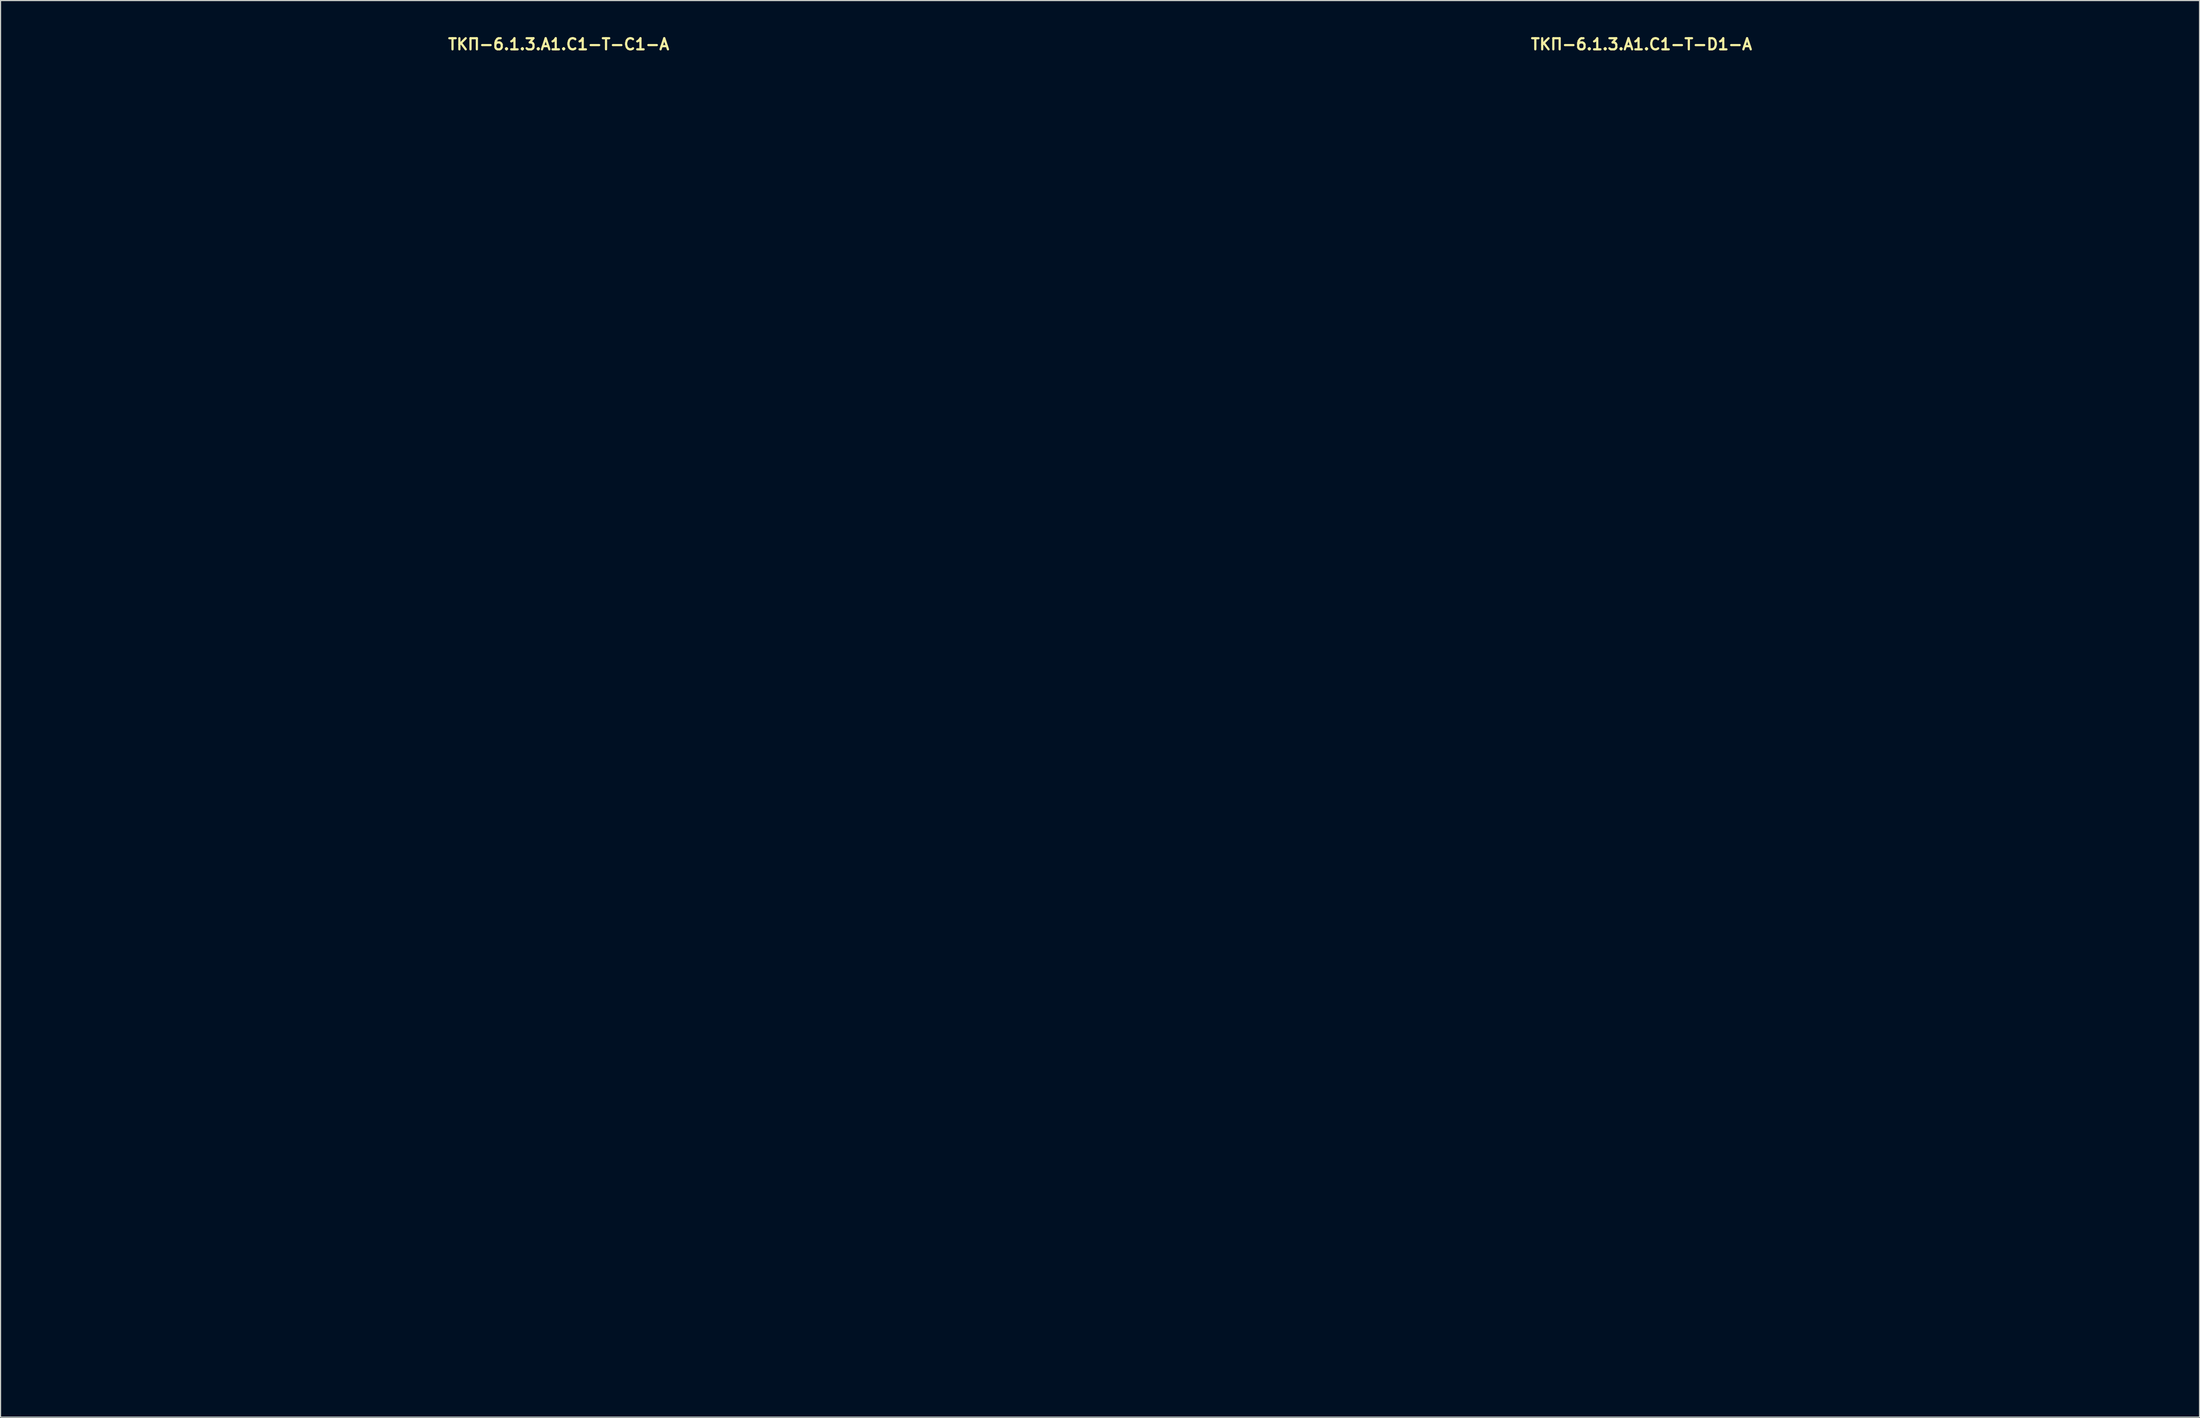
<source format=kicad_pcb>
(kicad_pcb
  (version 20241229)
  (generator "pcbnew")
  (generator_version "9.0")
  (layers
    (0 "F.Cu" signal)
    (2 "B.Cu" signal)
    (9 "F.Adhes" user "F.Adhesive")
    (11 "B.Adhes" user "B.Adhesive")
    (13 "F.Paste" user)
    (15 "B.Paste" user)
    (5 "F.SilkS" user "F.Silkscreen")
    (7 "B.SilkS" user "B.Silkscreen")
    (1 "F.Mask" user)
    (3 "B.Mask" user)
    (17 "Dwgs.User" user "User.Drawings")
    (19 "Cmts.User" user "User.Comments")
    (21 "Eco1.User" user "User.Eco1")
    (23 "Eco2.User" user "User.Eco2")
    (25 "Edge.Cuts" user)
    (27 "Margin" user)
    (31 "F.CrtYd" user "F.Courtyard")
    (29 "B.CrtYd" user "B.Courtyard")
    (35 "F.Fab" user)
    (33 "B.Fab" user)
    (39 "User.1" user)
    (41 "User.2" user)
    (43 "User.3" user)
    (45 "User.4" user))
  (footprint "ТКП-6.1.3.A1.C1-T-D1-A"
    (layer "F.Cu")
    (at 144.6 61.515)
    (property "Reference" "ТКП-6.1.3.A1.C1-T-D1-A" (at 0 -60.579 0) (layer "F.SilkS") (effects (font (size 1 1) (thickness 0.2))))
    (attr through_hole)
    (fp_line (start -47 -56.65) (end -47 56.65) (stroke (width 0.4) (type solid)) (layer "Eco1.User"))
    (fp_line (start -43.9 -59.75) (end 43.9 -59.75) (stroke (width 0.4) (type solid)) (layer "Eco1.User"))
    (fp_line (start -43.9 59.75) (end 43.9 59.75) (stroke (width 0.4) (type solid)) (layer "Eco1.User"))
    (fp_line (start 47 -56.65) (end 47 56.65) (stroke (width 0.4) (type solid)) (layer "Eco1.User"))
    (fp_arc (start -47 -56.65) (mid -46.092031 -58.842031) (end -43.9 -59.75) (stroke (width 0.4) (type solid)) (layer "Eco1.User"))
    (fp_arc (start -43.9 59.75) (mid -46.092031 58.842031) (end -47 56.65) (stroke (width 0.4) (type solid)) (layer "Eco1.User"))
    (fp_arc (start 43.9 -59.75) (mid 46.092031 -58.842031) (end 47 -56.65) (stroke (width 0.4) (type solid)) (layer "Eco1.User"))
    (fp_arc (start 47 56.65) (mid 46.092031 58.842031) (end 43.9 59.75) (stroke (width 0.4) (type solid)) (layer "Eco1.User"))
    (fp_circle (center -38.6 -51.35) (end -37.1 -51.35) (stroke (width 0.4) (type solid)) (fill no) (layer "Eco1.User"))
    (fp_circle (center -38.6 -51.35) (end -35.1 -51.35) (stroke (width 0.4) (type solid)) (fill no) (layer "Eco1.User"))
    (fp_circle (center -38.6 51.35) (end -37.1 51.35) (stroke (width 0.4) (type solid)) (fill no) (layer "Eco1.User"))
    (fp_circle (center -38.6 51.35) (end -35.1 51.35) (stroke (width 0.4) (type solid)) (fill no) (layer "Eco1.User"))
    (fp_circle (center -33.02 -31.55) (end -29.42 -31.55) (stroke (width 0.4) (type solid)) (fill no) (layer "Eco1.User"))
    (fp_circle (center -33.02 -31.55) (end -23.52 -31.55) (stroke (width 0.4) (type solid)) (fill no) (layer "Eco1.User"))
    (fp_circle (center -33.02 -4.88) (end -29.42 -4.88) (stroke (width 0.4) (type solid)) (fill no) (layer "Eco1.User"))
    (fp_circle (center -33.02 -4.88) (end -23.52 -4.88) (stroke (width 0.4) (type solid)) (fill no) (layer "Eco1.User"))
    (fp_circle (center -29.21 -52.07) (end -27.71 -52.07) (stroke (width 0.4) (type solid)) (fill no) (layer "Eco1.User"))
    (fp_circle (center -29.21 -52.07) (end -25.71 -52.07) (stroke (width 0.4) (type solid)) (fill no) (layer "Eco1.User"))
    (fp_circle (center -8.89 -52.07) (end -7.39 -52.07) (stroke (width 0.4) (type solid)) (fill no) (layer "Eco1.User"))
    (fp_circle (center -8.89 -52.07) (end -5.39 -52.07) (stroke (width 0.4) (type solid)) (fill no) (layer "Eco1.User"))
    (fp_circle (center 0 -31.55) (end 3.6 -31.55) (stroke (width 0.4) (type solid)) (fill no) (layer "Eco1.User"))
    (fp_circle (center 0 -31.55) (end 9.5 -31.55) (stroke (width 0.4) (type solid)) (fill no) (layer "Eco1.User"))
    (fp_circle (center 0 -4.88) (end 3.6 -4.88) (stroke (width 0.4) (type solid)) (fill no) (layer "Eco1.User"))
    (fp_circle (center 0 -4.88) (end 9.5 -4.88) (stroke (width 0.4) (type solid)) (fill no) (layer "Eco1.User"))
    (fp_circle (center 0 13.97) (end 2.65 13.97) (stroke (width 0.4) (type solid)) (fill no) (layer "Eco1.User"))
    (fp_circle (center 0 29.21) (end 6 29.21) (stroke (width 0.4) (type solid)) (fill no) (layer "Eco1.User"))
    (fp_circle (center 0 29.21) (end 9.75 29.21) (stroke (width 0.4) (type solid)) (fill no) (layer "Eco1.User"))
    (fp_circle (center 8.89 -52.07) (end 10.39 -52.07) (stroke (width 0.4) (type solid)) (fill no) (layer "Eco1.User"))
    (fp_circle (center 8.89 -52.07) (end 12.39 -52.07) (stroke (width 0.4) (type solid)) (fill no) (layer "Eco1.User"))
    (fp_circle (center 29.21 -52.07) (end 30.71 -52.07) (stroke (width 0.4) (type solid)) (fill no) (layer "Eco1.User"))
    (fp_circle (center 29.21 -52.07) (end 32.71 -52.07) (stroke (width 0.4) (type solid)) (fill no) (layer "Eco1.User"))
    (fp_circle (center 33.02 -31.55) (end 36.62 -31.55) (stroke (width 0.4) (type solid)) (fill no) (layer "Eco1.User"))
    (fp_circle (center 33.02 -31.55) (end 42.52 -31.55) (stroke (width 0.4) (type solid)) (fill no) (layer "Eco1.User"))
    (fp_circle (center 33.02 -4.88) (end 36.62 -4.88) (stroke (width 0.4) (type solid)) (fill no) (layer "Eco1.User"))
    (fp_circle (center 33.02 -4.88) (end 42.52 -4.88) (stroke (width 0.4) (type solid)) (fill no) (layer "Eco1.User"))
    (fp_circle (center 38.6 -51.35) (end 40.1 -51.35) (stroke (width 0.4) (type solid)) (fill no) (layer "Eco1.User"))
    (fp_circle (center 38.6 -51.35) (end 42.1 -51.35) (stroke (width 0.4) (type solid)) (fill no) (layer "Eco1.User"))
    (fp_circle (center 38.6 51.35) (end 40.1 51.35) (stroke (width 0.4) (type solid)) (fill no) (layer "Eco1.User"))
    (fp_circle (center 38.6 51.35) (end 42.1 51.35) (stroke (width 0.4) (type solid)) (fill no) (layer "Eco1.User"))
    (fp_line (start -47 -59.75) (end -47 59.75) (stroke (width 0.4) (type solid)) (layer "Eco2.User"))
    (fp_line (start -47 -59.75) (end 47 -59.75) (stroke (width 0.4) (type solid)) (layer "Eco2.User"))
    (fp_line (start -47 59.75) (end 47 59.75) (stroke (width 0.4) (type solid)) (layer "Eco2.User"))
    (fp_line (start -5.715 -45.72) (end -4.445 -45.72) (stroke (width 0.25) (type solid)) (layer "Eco2.User"))
    (fp_line (start -5.08 -46.355) (end -5.08 -45.085) (stroke (width 0.25) (type solid)) (layer "Eco2.User"))
    (fp_line (start -3.81 -45.72) (end -1.27 -45.72) (stroke (width 0.5) (type solid)) (layer "Eco2.User"))
    (fp_line (start 0 -45.72) (end 3.81 -45.72) (stroke (width 0.5) (type solid)) (layer "Eco2.User"))
    (fp_line (start 4.445 -45.72) (end 5.715 -45.72) (stroke (width 0.25) (type solid)) (layer "Eco2.User"))
    (fp_line (start 47 -59.75) (end 47 59.75) (stroke (width 0.4) (type solid)) (layer "Eco2.User"))
    (fp_arc (start 0 -44.45) (mid -1.27 -45.72) (end 0 -46.99) (stroke (width 0.5) (type solid)) (layer "Eco2.User"))
    (fp_circle (center -5.08 -45.72) (end -3.81 -45.72) (stroke (width 0.5) (type solid)) (fill no) (layer "Eco2.User"))
    (fp_circle (center 0 -45.72) (end 0.25 -45.72) (stroke (width 0.5) (type solid)) (fill no) (layer "Eco2.User"))
    (fp_circle (center 5.08 -45.72) (end 6.35 -45.72) (stroke (width 0.5) (type solid)) (fill no) (layer "Eco2.User")))
  (footprint "ТКП-6.1.3.A1.C1-T-C1-A"
    (layer "F.Cu")
    (at 47.2 61.515)
    (property "Reference" "ТКП-6.1.3.A1.C1-T-C1-A" (at 0 -60.579 0) (layer "F.SilkS") (effects (font (size 1 1) (thickness 0.2))))
    (attr through_hole)
    (fp_line (start -47 -56.65) (end -47 56.65) (stroke (width 0.4) (type solid)) (layer "Eco1.User"))
    (fp_line (start -43.9 -59.75) (end 43.9 -59.75) (stroke (width 0.4) (type solid)) (layer "Eco1.User"))
    (fp_line (start -43.9 59.75) (end 43.9 59.75) (stroke (width 0.4) (type solid)) (layer "Eco1.User"))
    (fp_line (start 47 -56.65) (end 47 56.65) (stroke (width 0.4) (type solid)) (layer "Eco1.User"))
    (fp_arc (start -47 -56.65) (mid -46.092031 -58.842031) (end -43.9 -59.75) (stroke (width 0.4) (type solid)) (layer "Eco1.User"))
    (fp_arc (start -43.9 59.75) (mid -46.092031 58.842031) (end -47 56.65) (stroke (width 0.4) (type solid)) (layer "Eco1.User"))
    (fp_arc (start 43.9 -59.75) (mid 46.092031 -58.842031) (end 47 -56.65) (stroke (width 0.4) (type solid)) (layer "Eco1.User"))
    (fp_arc (start 47 56.65) (mid 46.092031 58.842031) (end 43.9 59.75) (stroke (width 0.4) (type solid)) (layer "Eco1.User"))
    (fp_circle (center -38.6 -51.35) (end -37.1 -51.35) (stroke (width 0.4) (type solid)) (fill no) (layer "Eco1.User"))
    (fp_circle (center -38.6 -51.35) (end -35.1 -51.35) (stroke (width 0.4) (type solid)) (fill no) (layer "Eco1.User"))
    (fp_circle (center -38.6 51.35) (end -37.1 51.35) (stroke (width 0.4) (type solid)) (fill no) (layer "Eco1.User"))
    (fp_circle (center -38.6 51.35) (end -35.1 51.35) (stroke (width 0.4) (type solid)) (fill no) (layer "Eco1.User"))
    (fp_circle (center -33.02 -31.55) (end -29.42 -31.55) (stroke (width 0.4) (type solid)) (fill no) (layer "Eco1.User"))
    (fp_circle (center -33.02 -31.55) (end -23.52 -31.55) (stroke (width 0.4) (type solid)) (fill no) (layer "Eco1.User"))
    (fp_circle (center -33.02 -4.88) (end -29.42 -4.88) (stroke (width 0.4) (type solid)) (fill no) (layer "Eco1.User"))
    (fp_circle (center -33.02 -4.88) (end -23.52 -4.88) (stroke (width 0.4) (type solid)) (fill no) (layer "Eco1.User"))
    (fp_circle (center -29.21 -52.07) (end -27.71 -52.07) (stroke (width 0.4) (type solid)) (fill no) (layer "Eco1.User"))
    (fp_circle (center -29.21 -52.07) (end -25.71 -52.07) (stroke (width 0.4) (type solid)) (fill no) (layer "Eco1.User"))
    (fp_circle (center -8.89 -52.07) (end -7.39 -52.07) (stroke (width 0.4) (type solid)) (fill no) (layer "Eco1.User"))
    (fp_circle (center -8.89 -52.07) (end -5.39 -52.07) (stroke (width 0.4) (type solid)) (fill no) (layer "Eco1.User"))
    (fp_circle (center 0 -31.55) (end 3.6 -31.55) (stroke (width 0.4) (type solid)) (fill no) (layer "Eco1.User"))
    (fp_circle (center 0 -31.55) (end 9.5 -31.55) (stroke (width 0.4) (type solid)) (fill no) (layer "Eco1.User"))
    (fp_circle (center 0 -4.88) (end 3.6 -4.88) (stroke (width 0.4) (type solid)) (fill no) (layer "Eco1.User"))
    (fp_circle (center 0 -4.88) (end 9.5 -4.88) (stroke (width 0.4) (type solid)) (fill no) (layer "Eco1.User"))
    (fp_circle (center 0 13.97) (end 2.65 13.97) (stroke (width 0.4) (type solid)) (fill no) (layer "Eco1.User"))
    (fp_circle (center 0 29.21) (end 6 29.21) (stroke (width 0.4) (type solid)) (fill no) (layer "Eco1.User"))
    (fp_circle (center 0 29.21) (end 9.75 29.21) (stroke (width 0.4) (type solid)) (fill no) (layer "Eco1.User"))
    (fp_circle (center 8.89 -52.07) (end 10.39 -52.07) (stroke (width 0.4) (type solid)) (fill no) (layer "Eco1.User"))
    (fp_circle (center 8.89 -52.07) (end 12.39 -52.07) (stroke (width 0.4) (type solid)) (fill no) (layer "Eco1.User"))
    (fp_circle (center 29.21 -52.07) (end 30.71 -52.07) (stroke (width 0.4) (type solid)) (fill no) (layer "Eco1.User"))
    (fp_circle (center 29.21 -52.07) (end 32.71 -52.07) (stroke (width 0.4) (type solid)) (fill no) (layer "Eco1.User"))
    (fp_circle (center 33.02 -31.55) (end 36.62 -31.55) (stroke (width 0.4) (type solid)) (fill no) (layer "Eco1.User"))
    (fp_circle (center 33.02 -31.55) (end 42.52 -31.55) (stroke (width 0.4) (type solid)) (fill no) (layer "Eco1.User"))
    (fp_circle (center 33.02 -4.88) (end 36.62 -4.88) (stroke (width 0.4) (type solid)) (fill no) (layer "Eco1.User"))
    (fp_circle (center 33.02 -4.88) (end 42.52 -4.88) (stroke (width 0.4) (type solid)) (fill no) (layer "Eco1.User"))
    (fp_circle (center 38.6 -51.35) (end 40.1 -51.35) (stroke (width 0.4) (type solid)) (fill no) (layer "Eco1.User"))
    (fp_circle (center 38.6 -51.35) (end 42.1 -51.35) (stroke (width 0.4) (type solid)) (fill no) (layer "Eco1.User"))
    (fp_circle (center 38.6 51.35) (end 40.1 51.35) (stroke (width 0.4) (type solid)) (fill no) (layer "Eco1.User"))
    (fp_circle (center 38.6 51.35) (end 42.1 51.35) (stroke (width 0.4) (type solid)) (fill no) (layer "Eco1.User"))
    (fp_line (start -47 -59.75) (end -47 59.75) (stroke (width 0.4) (type solid)) (layer "Eco2.User"))
    (fp_line (start -47 -59.75) (end 47 -59.75) (stroke (width 0.4) (type solid)) (layer "Eco2.User"))
    (fp_line (start -47 59.75) (end 47 59.75) (stroke (width 0.4) (type solid)) (layer "Eco2.User"))
    (fp_line (start -5.715 -45.72) (end -4.445 -45.72) (stroke (width 0.25) (type solid)) (layer "Eco2.User"))
    (fp_line (start -5.08 -46.355) (end -5.08 -45.085) (stroke (width 0.25) (type solid)) (layer "Eco2.User"))
    (fp_line (start -3.81 -45.72) (end -1.27 -45.72) (stroke (width 0.5) (type solid)) (layer "Eco2.User"))
    (fp_line (start 0 -45.72) (end 3.81 -45.72) (stroke (width 0.5) (type solid)) (layer "Eco2.User"))
    (fp_line (start 4.445 -45.72) (end 5.715 -45.72) (stroke (width 0.25) (type solid)) (layer "Eco2.User"))
    (fp_line (start 47 -59.75) (end 47 59.75) (stroke (width 0.4) (type solid)) (layer "Eco2.User"))
    (fp_arc (start 0 -44.45) (mid -1.27 -45.72) (end 0 -46.99) (stroke (width 0.5) (type solid)) (layer "Eco2.User"))
    (fp_circle (center -5.08 -45.72) (end -3.81 -45.72) (stroke (width 0.5) (type solid)) (fill no) (layer "Eco2.User"))
    (fp_circle (center 0 -45.72) (end 0.25 -45.72) (stroke (width 0.5) (type solid)) (fill no) (layer "Eco2.User"))
    (fp_circle (center 5.08 -45.72) (end 6.35 -45.72) (stroke (width 0.5) (type solid)) (fill no) (layer "Eco2.User")))
  (gr_rect
    (start -3 -3)
    (end 194.8 124.465)
    (stroke (width 0.1) (type default))
    (fill no)
    (layer "Edge.Cuts")))
</source>
